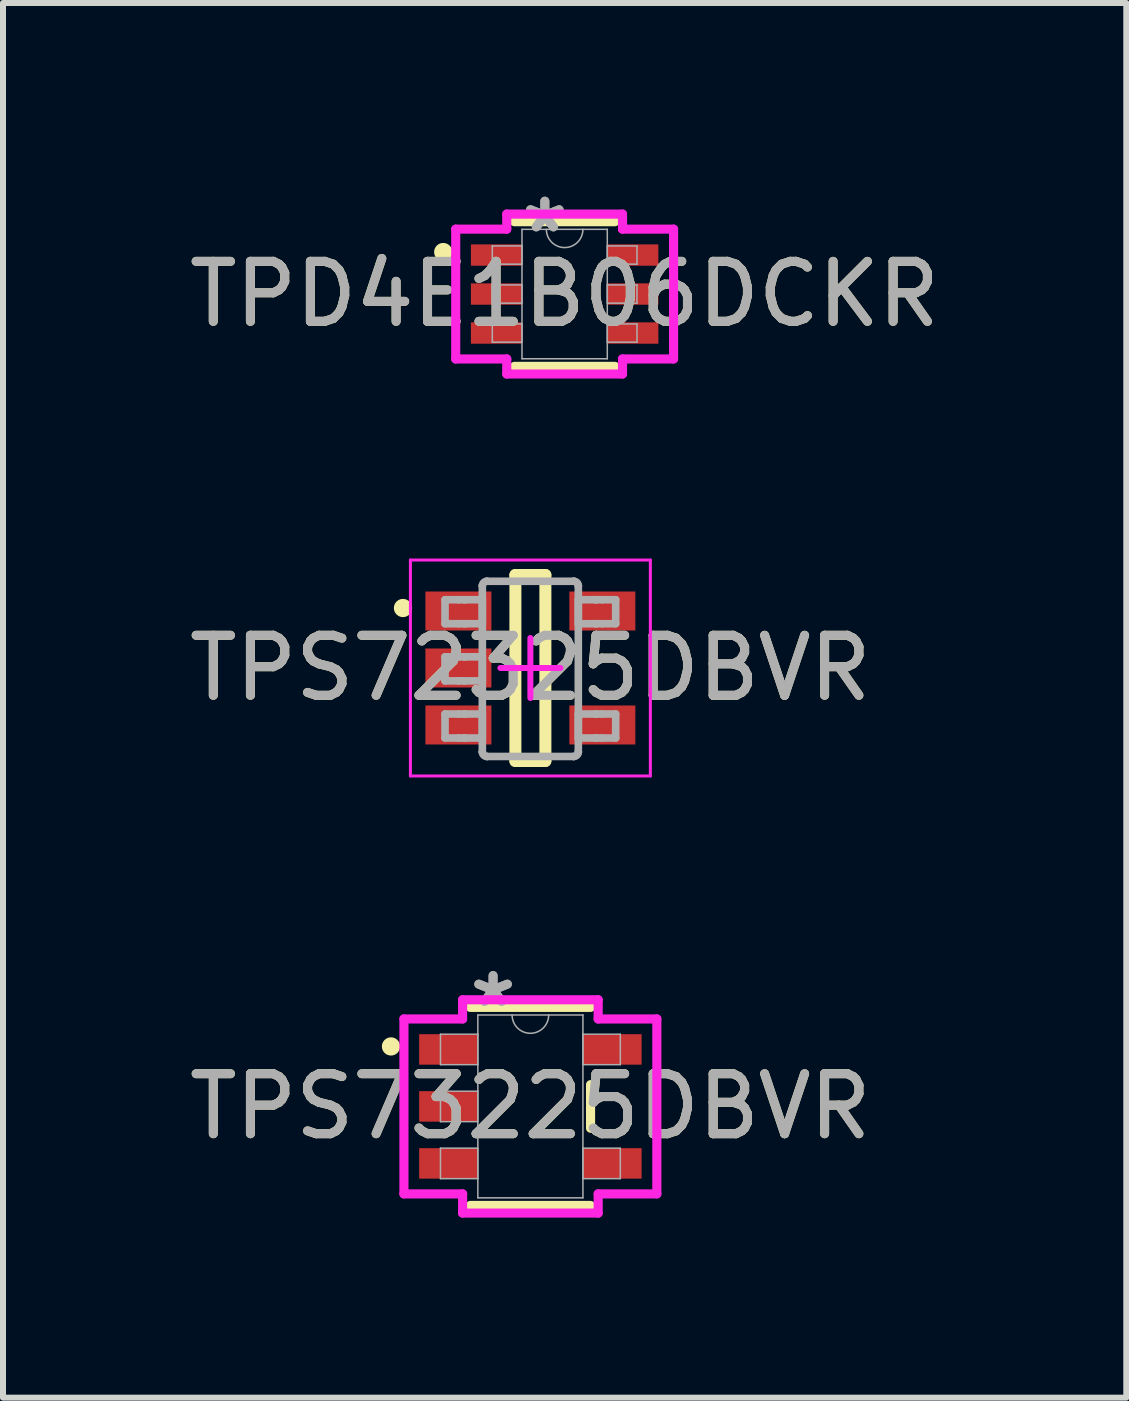
<source format=kicad_pcb>
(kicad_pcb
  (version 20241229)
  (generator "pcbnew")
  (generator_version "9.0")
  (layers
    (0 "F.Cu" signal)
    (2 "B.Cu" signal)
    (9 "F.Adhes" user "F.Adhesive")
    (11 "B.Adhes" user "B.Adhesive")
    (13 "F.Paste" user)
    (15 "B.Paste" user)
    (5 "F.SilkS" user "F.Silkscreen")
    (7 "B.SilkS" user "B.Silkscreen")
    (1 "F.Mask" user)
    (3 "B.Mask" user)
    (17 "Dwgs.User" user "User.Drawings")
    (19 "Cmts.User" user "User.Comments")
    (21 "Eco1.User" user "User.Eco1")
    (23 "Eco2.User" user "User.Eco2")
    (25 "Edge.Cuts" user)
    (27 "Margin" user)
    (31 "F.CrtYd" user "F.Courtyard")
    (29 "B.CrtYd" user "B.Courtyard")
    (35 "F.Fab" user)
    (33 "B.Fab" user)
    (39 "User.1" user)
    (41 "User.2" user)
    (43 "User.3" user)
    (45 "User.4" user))
  (footprint "TPS73225DBVR"
    (layer "F.Cu")
    (at 5.792 15.395)
    (property "Reference" "TPS73225DBVR" (at 0 0 0) (unlocked yes) (layer "F.SilkS") (effects (font (size 1 1) (thickness 0.15))))
    (attr smd)
    (fp_line (start -1.003 1.651) (end 1.003 1.651) (stroke (width 0.152) (type solid)) (layer "F.SilkS"))
    (fp_line (start 1.003 -1.651) (end -1.003 -1.651) (stroke (width 0.152) (type solid)) (layer "F.SilkS"))
    (fp_line (start 1.003 0.363) (end 1.003 -0.363) (stroke (width 0.152) (type solid)) (layer "F.SilkS"))
    (fp_circle (center -2.324 -1) (end -2.248 -1) (stroke (width 0.152) (type solid)) (fill no) (layer "F.SilkS"))
    (fp_line (start -2.108 -1.458) (end -1.13 -1.458) (stroke (width 0.152) (type solid)) (layer "F.CrtYd"))
    (fp_line (start -2.108 1.458) (end -2.108 -1.458) (stroke (width 0.152) (type solid)) (layer "F.CrtYd"))
    (fp_line (start -1.13 -1.778) (end 1.13 -1.778) (stroke (width 0.152) (type solid)) (layer "F.CrtYd"))
    (fp_line (start -1.13 -1.458) (end -1.13 -1.778) (stroke (width 0.152) (type solid)) (layer "F.CrtYd"))
    (fp_line (start -1.13 1.458) (end -2.108 1.458) (stroke (width 0.152) (type solid)) (layer "F.CrtYd"))
    (fp_line (start -1.13 1.778) (end -1.13 1.458) (stroke (width 0.152) (type solid)) (layer "F.CrtYd"))
    (fp_line (start 1.13 -1.778) (end 1.13 -1.458) (stroke (width 0.152) (type solid)) (layer "F.CrtYd"))
    (fp_line (start 1.13 -1.458) (end 2.108 -1.458) (stroke (width 0.152) (type solid)) (layer "F.CrtYd"))
    (fp_line (start 1.13 1.458) (end 1.13 1.778) (stroke (width 0.152) (type solid)) (layer "F.CrtYd"))
    (fp_line (start 1.13 1.778) (end -1.13 1.778) (stroke (width 0.152) (type solid)) (layer "F.CrtYd"))
    (fp_line (start 2.108 -1.458) (end 2.108 1.458) (stroke (width 0.152) (type solid)) (layer "F.CrtYd"))
    (fp_line (start 2.108 1.458) (end 1.13 1.458) (stroke (width 0.152) (type solid)) (layer "F.CrtYd"))
    (fp_line (start -1.499 -1.204) (end -1.499 -0.696) (stroke (width 0.025) (type solid)) (layer "F.Fab"))
    (fp_line (start -1.499 -0.696) (end -0.876 -0.696) (stroke (width 0.025) (type solid)) (layer "F.Fab"))
    (fp_line (start -1.499 -0.254) (end -1.499 0.254) (stroke (width 0.025) (type solid)) (layer "F.Fab"))
    (fp_line (start -1.499 0.254) (end -0.876 0.254) (stroke (width 0.025) (type solid)) (layer "F.Fab"))
    (fp_line (start -1.499 0.696) (end -1.499 1.204) (stroke (width 0.025) (type solid)) (layer "F.Fab"))
    (fp_line (start -1.499 1.204) (end -0.876 1.204) (stroke (width 0.025) (type solid)) (layer "F.Fab"))
    (fp_line (start -0.876 -1.524) (end -0.876 1.524) (stroke (width 0.025) (type solid)) (layer "F.Fab"))
    (fp_line (start -0.876 -1.204) (end -1.499 -1.204) (stroke (width 0.025) (type solid)) (layer "F.Fab"))
    (fp_line (start -0.876 -0.696) (end -0.876 -1.204) (stroke (width 0.025) (type solid)) (layer "F.Fab"))
    (fp_line (start -0.876 -0.254) (end -1.499 -0.254) (stroke (width 0.025) (type solid)) (layer "F.Fab"))
    (fp_line (start -0.876 0.254) (end -0.876 -0.254) (stroke (width 0.025) (type solid)) (layer "F.Fab"))
    (fp_line (start -0.876 0.696) (end -1.499 0.696) (stroke (width 0.025) (type solid)) (layer "F.Fab"))
    (fp_line (start -0.876 1.204) (end -0.876 0.696) (stroke (width 0.025) (type solid)) (layer "F.Fab"))
    (fp_line (start -0.876 1.524) (end 0.876 1.524) (stroke (width 0.025) (type solid)) (layer "F.Fab"))
    (fp_line (start 0.876 -1.524) (end -0.876 -1.524) (stroke (width 0.025) (type solid)) (layer "F.Fab"))
    (fp_line (start 0.876 -1.204) (end 0.876 -0.696) (stroke (width 0.025) (type solid)) (layer "F.Fab"))
    (fp_line (start 0.876 -0.696) (end 1.499 -0.696) (stroke (width 0.025) (type solid)) (layer "F.Fab"))
    (fp_line (start 0.876 0.696) (end 0.876 1.204) (stroke (width 0.025) (type solid)) (layer "F.Fab"))
    (fp_line (start 0.876 1.204) (end 1.499 1.204) (stroke (width 0.025) (type solid)) (layer "F.Fab"))
    (fp_line (start 0.876 1.524) (end 0.876 -1.524) (stroke (width 0.025) (type solid)) (layer "F.Fab"))
    (fp_line (start 1.499 -1.204) (end 0.876 -1.204) (stroke (width 0.025) (type solid)) (layer "F.Fab"))
    (fp_line (start 1.499 -0.696) (end 1.499 -1.204) (stroke (width 0.025) (type solid)) (layer "F.Fab"))
    (fp_line (start 1.499 0.696) (end 0.876 0.696) (stroke (width 0.025) (type solid)) (layer "F.Fab"))
    (fp_line (start 1.499 1.204) (end 1.499 0.696) (stroke (width 0.025) (type solid)) (layer "F.Fab"))
    (fp_arc (start 0.3048 -1.524) (mid 0 -1.2192) (end -0.3048 -1.524) (stroke (width 0.0254) (type solid)) (layer "F.Fab"))
    (fp_text user "*" (at -0.622 -1.636 0) (layer "F.Fab") (effects (font (size 1 1) (thickness 0.15))))
    (fp_text user "*" (at -0.622 -1.636 0) (unlocked yes) (layer "F.Fab") (effects (font (size 1 1) (thickness 0.15))))
    (fp_text user "${REFERENCE}" (at 0 0 0) (unlocked yes) (layer "F.Fab") (effects (font (size 1 1) (thickness 0.15))))
    (pad "1" smd rect (at -1.365 -0.95) (size 0.978 0.508) (layers "F.Cu" "F.Mask" "F.Paste"))
    (pad "2" smd rect (at -1.365 0) (size 0.978 0.508) (layers "F.Cu" "F.Mask" "F.Paste"))
    (pad "3" smd rect (at -1.365 0.95) (size 0.978 0.508) (layers "F.Cu" "F.Mask" "F.Paste"))
    (pad "4" smd rect (at 1.365 0.95) (size 0.978 0.508) (layers "F.Cu" "F.Mask" "F.Paste"))
    (pad "5" smd rect (at 1.365 -0.95) (size 0.978 0.508) (layers "F.Cu" "F.Mask" "F.Paste")))
  (footprint "TPS72325DBVR"
    (layer "F.Cu")
    (at 5.792 8.086)
    (property "Reference" "TPS72325DBVR" (at 0 0 0) (unlocked yes) (layer "F.SilkS") (effects (font (size 1 1) (thickness 0.15))))
    (attr smd)
    (fp_line (start -0.25 -1.55) (end 0.25 -1.55) (stroke (width 0.2) (type solid)) (layer "F.SilkS"))
    (fp_line (start -0.25 1.55) (end -0.25 -1.55) (stroke (width 0.2) (type solid)) (layer "F.SilkS"))
    (fp_line (start -0.25 1.55) (end 0.25 1.55) (stroke (width 0.2) (type solid)) (layer "F.SilkS"))
    (fp_line (start 0.25 1.55) (end 0.25 -1.55) (stroke (width 0.2) (type solid)) (layer "F.SilkS"))
    (fp_circle (center -2.124 -1) (end -2.048 -1) (stroke (width 0.152) (type solid)) (fill no) (layer "F.SilkS"))
    (fp_line (start -2 -1.8) (end 2 -1.8) (stroke (width 0.05) (type solid)) (layer "F.CrtYd"))
    (fp_line (start -2 1.8) (end -2 -1.8) (stroke (width 0.05) (type solid)) (layer "F.CrtYd"))
    (fp_line (start -2 1.8) (end 2 1.8) (stroke (width 0.05) (type solid)) (layer "F.CrtYd"))
    (fp_line (start -0.5 0) (end 0.5 0) (stroke (width 0.1) (type solid)) (layer "F.CrtYd"))
    (fp_line (start 0 0.5) (end 0 -0.5) (stroke (width 0.1) (type solid)) (layer "F.CrtYd"))
    (fp_line (start 2 1.8) (end 2 -1.8) (stroke (width 0.05) (type solid)) (layer "F.CrtYd"))
    (fp_line (start -1.423 -1.138) (end -1.199 -1.138) (stroke (width 0.127) (type solid)) (layer "F.Fab"))
    (fp_line (start -1.423 -0.738) (end -1.423 -1.138) (stroke (width 0.127) (type solid)) (layer "F.Fab"))
    (fp_line (start -1.423 -0.738) (end -1.199 -0.738) (stroke (width 0.127) (type solid)) (layer "F.Fab"))
    (fp_line (start -1.423 -0.186) (end -1.199 -0.186) (stroke (width 0.127) (type solid)) (layer "F.Fab"))
    (fp_line (start -1.423 0.215) (end -1.423 -0.186) (stroke (width 0.127) (type solid)) (layer "F.Fab"))
    (fp_line (start -1.423 0.215) (end -1.199 0.215) (stroke (width 0.127) (type solid)) (layer "F.Fab"))
    (fp_line (start -1.423 0.767) (end -1.199 0.767) (stroke (width 0.127) (type solid)) (layer "F.Fab"))
    (fp_line (start -1.423 1.167) (end -1.423 0.767) (stroke (width 0.127) (type solid)) (layer "F.Fab"))
    (fp_line (start -1.423 1.167) (end -1.199 1.167) (stroke (width 0.127) (type solid)) (layer "F.Fab"))
    (fp_line (start -1.199 -1.138) (end -1.105 -1.138) (stroke (width 0.127) (type solid)) (layer "F.Fab"))
    (fp_line (start -1.199 -0.738) (end -1.105 -0.738) (stroke (width 0.127) (type solid)) (layer "F.Fab"))
    (fp_line (start -1.199 -0.186) (end -1.105 -0.186) (stroke (width 0.127) (type solid)) (layer "F.Fab"))
    (fp_line (start -1.199 0.215) (end -1.105 0.215) (stroke (width 0.127) (type solid)) (layer "F.Fab"))
    (fp_line (start -1.199 0.767) (end -1.105 0.767) (stroke (width 0.127) (type solid)) (layer "F.Fab"))
    (fp_line (start -1.199 1.167) (end -1.105 1.167) (stroke (width 0.127) (type solid)) (layer "F.Fab"))
    (fp_line (start -1.105 -1.138) (end -1.088 -1.138) (stroke (width 0.127) (type solid)) (layer "F.Fab"))
    (fp_line (start -1.105 -0.738) (end -1.088 -0.738) (stroke (width 0.127) (type solid)) (layer "F.Fab"))
    (fp_line (start -1.105 -0.186) (end -1.088 -0.186) (stroke (width 0.127) (type solid)) (layer "F.Fab"))
    (fp_line (start -1.105 0.215) (end -1.088 0.215) (stroke (width 0.127) (type solid)) (layer "F.Fab"))
    (fp_line (start -1.105 0.767) (end -1.088 0.767) (stroke (width 0.127) (type solid)) (layer "F.Fab"))
    (fp_line (start -1.105 1.167) (end -1.088 1.167) (stroke (width 0.127) (type solid)) (layer "F.Fab"))
    (fp_line (start -1.088 -1.138) (end -0.835 -1.138) (stroke (width 0.127) (type solid)) (layer "F.Fab"))
    (fp_line (start -1.088 -0.738) (end -0.835 -0.738) (stroke (width 0.127) (type solid)) (layer "F.Fab"))
    (fp_line (start -1.088 -0.186) (end -0.835 -0.186) (stroke (width 0.127) (type solid)) (layer "F.Fab"))
    (fp_line (start -1.088 0.215) (end -0.835 0.215) (stroke (width 0.127) (type solid)) (layer "F.Fab"))
    (fp_line (start -1.088 0.767) (end -0.835 0.767) (stroke (width 0.127) (type solid)) (layer "F.Fab"))
    (fp_line (start -1.088 1.167) (end -0.835 1.167) (stroke (width 0.127) (type solid)) (layer "F.Fab"))
    (fp_line (start -0.835 -1.138) (end -0.801 -1.138) (stroke (width 0.127) (type solid)) (layer "F.Fab"))
    (fp_line (start -0.835 -0.738) (end -0.801 -0.738) (stroke (width 0.127) (type solid)) (layer "F.Fab"))
    (fp_line (start -0.835 -0.186) (end -0.801 -0.186) (stroke (width 0.127) (type solid)) (layer "F.Fab"))
    (fp_line (start -0.835 0.215) (end -0.801 0.215) (stroke (width 0.127) (type solid)) (layer "F.Fab"))
    (fp_line (start -0.835 0.767) (end -0.801 0.767) (stroke (width 0.127) (type solid)) (layer "F.Fab"))
    (fp_line (start -0.835 1.167) (end -0.801 1.167) (stroke (width 0.127) (type solid)) (layer "F.Fab"))
    (fp_line (start -0.801 -1.37) (end -0.801 -1.371) (stroke (width 0.127) (type solid)) (layer "F.Fab"))
    (fp_line (start -0.801 -0.738) (end -0.801 -1.138) (stroke (width 0.127) (type solid)) (layer "F.Fab"))
    (fp_line (start -0.801 0.215) (end -0.801 -0.186) (stroke (width 0.127) (type solid)) (layer "F.Fab"))
    (fp_line (start -0.801 1.167) (end -0.801 0.767) (stroke (width 0.127) (type solid)) (layer "F.Fab"))
    (fp_line (start -0.801 1.399) (end -0.801 -1.37) (stroke (width 0.127) (type solid)) (layer "F.Fab"))
    (fp_line (start -0.801 1.4) (end -0.801 1.399) (stroke (width 0.127) (type solid)) (layer "F.Fab"))
    (fp_line (start -0.725 -1.446) (end -0.725 -1.446) (stroke (width 0.127) (type solid)) (layer "F.Fab"))
    (fp_line (start -0.725 1.475) (end -0.725 1.475) (stroke (width 0.127) (type solid)) (layer "F.Fab"))
    (fp_line (start -0.725 -1.446) (end 0.723 -1.446) (stroke (width 0.127) (type solid)) (layer "F.Fab"))
    (fp_line (start -0.725 1.475) (end 0.723 1.475) (stroke (width 0.127) (type solid)) (layer "F.Fab"))
    (fp_line (start 0.723 -1.446) (end 0.724 -1.446) (stroke (width 0.127) (type solid)) (layer "F.Fab"))
    (fp_line (start 0.723 1.475) (end 0.724 1.475) (stroke (width 0.127) (type solid)) (layer "F.Fab"))
    (fp_line (start 0.799 -1.37) (end 0.799 -1.371) (stroke (width 0.127) (type solid)) (layer "F.Fab"))
    (fp_line (start 0.799 -1.138) (end 0.834 -1.138) (stroke (width 0.127) (type solid)) (layer "F.Fab"))
    (fp_line (start 0.799 -0.738) (end 0.799 -1.138) (stroke (width 0.127) (type solid)) (layer "F.Fab"))
    (fp_line (start 0.799 -0.738) (end 0.834 -0.738) (stroke (width 0.127) (type solid)) (layer "F.Fab"))
    (fp_line (start 0.799 0.767) (end 0.834 0.767) (stroke (width 0.127) (type solid)) (layer "F.Fab"))
    (fp_line (start 0.799 1.167) (end 0.799 0.767) (stroke (width 0.127) (type solid)) (layer "F.Fab"))
    (fp_line (start 0.799 1.167) (end 0.834 1.167) (stroke (width 0.127) (type solid)) (layer "F.Fab"))
    (fp_line (start 0.799 1.399) (end 0.799 -1.37) (stroke (width 0.127) (type solid)) (layer "F.Fab"))
    (fp_line (start 0.799 1.4) (end 0.799 1.399) (stroke (width 0.127) (type solid)) (layer "F.Fab"))
    (fp_line (start 0.834 -1.138) (end 1.087 -1.138) (stroke (width 0.127) (type solid)) (layer "F.Fab"))
    (fp_line (start 0.834 -0.738) (end 1.087 -0.738) (stroke (width 0.127) (type solid)) (layer "F.Fab"))
    (fp_line (start 0.834 0.767) (end 1.087 0.767) (stroke (width 0.127) (type solid)) (layer "F.Fab"))
    (fp_line (start 0.834 1.167) (end 1.087 1.167) (stroke (width 0.127) (type solid)) (layer "F.Fab"))
    (fp_line (start 1.087 -1.138) (end 1.103 -1.138) (stroke (width 0.127) (type solid)) (layer "F.Fab"))
    (fp_line (start 1.087 -0.738) (end 1.103 -0.738) (stroke (width 0.127) (type solid)) (layer "F.Fab"))
    (fp_line (start 1.087 0.767) (end 1.103 0.767) (stroke (width 0.127) (type solid)) (layer "F.Fab"))
    (fp_line (start 1.087 1.167) (end 1.103 1.167) (stroke (width 0.127) (type solid)) (layer "F.Fab"))
    (fp_line (start 1.103 -1.138) (end 1.198 -1.138) (stroke (width 0.127) (type solid)) (layer "F.Fab"))
    (fp_line (start 1.103 -0.738) (end 1.198 -0.738) (stroke (width 0.127) (type solid)) (layer "F.Fab"))
    (fp_line (start 1.103 0.767) (end 1.198 0.767) (stroke (width 0.127) (type solid)) (layer "F.Fab"))
    (fp_line (start 1.103 1.167) (end 1.198 1.167) (stroke (width 0.127) (type solid)) (layer "F.Fab"))
    (fp_line (start 1.198 -1.138) (end 1.422 -1.138) (stroke (width 0.127) (type solid)) (layer "F.Fab"))
    (fp_line (start 1.198 -0.738) (end 1.422 -0.738) (stroke (width 0.127) (type solid)) (layer "F.Fab"))
    (fp_line (start 1.198 0.767) (end 1.422 0.767) (stroke (width 0.127) (type solid)) (layer "F.Fab"))
    (fp_line (start 1.198 1.167) (end 1.422 1.167) (stroke (width 0.127) (type solid)) (layer "F.Fab"))
    (fp_line (start 1.422 -0.738) (end 1.422 -1.138) (stroke (width 0.127) (type solid)) (layer "F.Fab"))
    (fp_line (start 1.422 1.167) (end 1.422 0.767) (stroke (width 0.127) (type solid)) (layer "F.Fab"))
    (fp_arc (start -0.80074 -1.37084) (mid -0.778218 -1.423887) (end -0.724999 -1.445998) (stroke (width 0.127) (type solid)) (layer "F.Fab"))
    (fp_arc (start -0.724999 1.475) (mid -0.778213 1.452901) (end -0.80074 1.399867) (stroke (width 0.127) (type solid)) (layer "F.Fab"))
    (fp_arc (start 0.723714 -1.445998) (mid 0.776933 -1.423887) (end 0.799455 -1.37084) (stroke (width 0.127) (type solid)) (layer "F.Fab"))
    (fp_arc (start 0.799455 1.399868) (mid 0.776927 1.452901) (end 0.723713 1.475) (stroke (width 0.127) (type solid)) (layer "F.Fab"))
    (fp_text user "${REFERENCE}" (at 0 0 0) (unlocked yes) (layer "F.Fab") (effects (font (size 1 1) (thickness 0.15))))
    (pad "1" smd rect (at -1.2 -0.95 90) (size 0.65 1.1) (layers "F.Cu" "F.Mask" "F.Paste"))
    (pad "2" smd rect (at -1.2 0 90) (size 0.65 1.1) (layers "F.Cu" "F.Mask" "F.Paste"))
    (pad "3" smd rect (at -1.2 0.95 90) (size 0.65 1.1) (layers "F.Cu" "F.Mask" "F.Paste"))
    (pad "4" smd rect (at 1.2 0.95 90) (size 0.65 1.1) (layers "F.Cu" "F.Mask" "F.Paste"))
    (pad "5" smd rect (at 1.2 -0.95 90) (size 0.65 1.1) (layers "F.Cu" "F.Mask" "F.Paste")))
  (footprint "TPD4E1B06DCKR"
    (layer "F.Cu")
    (at 6.363 1.852)
    (property "Reference" "TPD4E1B06DCKR" (at 0 0 0) (unlocked yes) (layer "F.SilkS") (effects (font (size 1 1) (thickness 0.15))))
    (attr smd)
    (fp_line (start -0.838 1.206) (end 0.838 1.206) (stroke (width 0.152) (type solid)) (layer "F.SilkS"))
    (fp_line (start 0.838 -1.206) (end -0.838 -1.206) (stroke (width 0.152) (type solid)) (layer "F.SilkS"))
    (fp_circle (center -2.024 -0.7) (end -1.948 -0.7) (stroke (width 0.152) (type solid)) (fill no) (layer "F.SilkS"))
    (fp_line (start -1.816 -1.082) (end -0.965 -1.082) (stroke (width 0.152) (type solid)) (layer "F.CrtYd"))
    (fp_line (start -1.816 1.082) (end -1.816 -1.082) (stroke (width 0.152) (type solid)) (layer "F.CrtYd"))
    (fp_line (start -1.816 1.082) (end -0.965 1.082) (stroke (width 0.152) (type solid)) (layer "F.CrtYd"))
    (fp_line (start -0.965 -1.333) (end 0.965 -1.333) (stroke (width 0.152) (type solid)) (layer "F.CrtYd"))
    (fp_line (start -0.965 -1.082) (end -0.965 -1.333) (stroke (width 0.152) (type solid)) (layer "F.CrtYd"))
    (fp_line (start -0.965 1.333) (end -0.965 1.082) (stroke (width 0.152) (type solid)) (layer "F.CrtYd"))
    (fp_line (start 0.965 -1.333) (end 0.965 -1.082) (stroke (width 0.152) (type solid)) (layer "F.CrtYd"))
    (fp_line (start 0.965 1.082) (end 0.965 1.333) (stroke (width 0.152) (type solid)) (layer "F.CrtYd"))
    (fp_line (start 0.965 1.333) (end -0.965 1.333) (stroke (width 0.152) (type solid)) (layer "F.CrtYd"))
    (fp_line (start 1.816 -1.082) (end 0.965 -1.082) (stroke (width 0.152) (type solid)) (layer "F.CrtYd"))
    (fp_line (start 1.816 -1.082) (end 1.816 1.082) (stroke (width 0.152) (type solid)) (layer "F.CrtYd"))
    (fp_line (start 1.816 1.082) (end 0.965 1.082) (stroke (width 0.152) (type solid)) (layer "F.CrtYd"))
    (fp_line (start -1.206 -0.802) (end -1.206 -0.498) (stroke (width 0.025) (type solid)) (layer "F.Fab"))
    (fp_line (start -1.206 -0.498) (end -0.711 -0.498) (stroke (width 0.025) (type solid)) (layer "F.Fab"))
    (fp_line (start -1.206 -0.152) (end -1.206 0.152) (stroke (width 0.025) (type solid)) (layer "F.Fab"))
    (fp_line (start -1.206 0.152) (end -0.711 0.152) (stroke (width 0.025) (type solid)) (layer "F.Fab"))
    (fp_line (start -1.206 0.498) (end -1.206 0.802) (stroke (width 0.025) (type solid)) (layer "F.Fab"))
    (fp_line (start -1.206 0.802) (end -0.711 0.802) (stroke (width 0.025) (type solid)) (layer "F.Fab"))
    (fp_line (start -0.711 -1.079) (end -0.711 1.079) (stroke (width 0.025) (type solid)) (layer "F.Fab"))
    (fp_line (start -0.711 -0.802) (end -1.206 -0.802) (stroke (width 0.025) (type solid)) (layer "F.Fab"))
    (fp_line (start -0.711 -0.498) (end -0.711 -0.802) (stroke (width 0.025) (type solid)) (layer "F.Fab"))
    (fp_line (start -0.711 -0.152) (end -1.206 -0.152) (stroke (width 0.025) (type solid)) (layer "F.Fab"))
    (fp_line (start -0.711 0.152) (end -0.711 -0.152) (stroke (width 0.025) (type solid)) (layer "F.Fab"))
    (fp_line (start -0.711 0.498) (end -1.206 0.498) (stroke (width 0.025) (type solid)) (layer "F.Fab"))
    (fp_line (start -0.711 0.802) (end -0.711 0.498) (stroke (width 0.025) (type solid)) (layer "F.Fab"))
    (fp_line (start -0.711 1.079) (end 0.711 1.079) (stroke (width 0.025) (type solid)) (layer "F.Fab"))
    (fp_line (start 0.711 -1.079) (end -0.711 -1.079) (stroke (width 0.025) (type solid)) (layer "F.Fab"))
    (fp_line (start 0.711 -0.802) (end 0.711 -0.498) (stroke (width 0.025) (type solid)) (layer "F.Fab"))
    (fp_line (start 0.711 -0.498) (end 1.206 -0.498) (stroke (width 0.025) (type solid)) (layer "F.Fab"))
    (fp_line (start 0.711 -0.152) (end 0.711 0.152) (stroke (width 0.025) (type solid)) (layer "F.Fab"))
    (fp_line (start 0.711 0.152) (end 1.206 0.152) (stroke (width 0.025) (type solid)) (layer "F.Fab"))
    (fp_line (start 0.711 0.498) (end 0.711 0.802) (stroke (width 0.025) (type solid)) (layer "F.Fab"))
    (fp_line (start 0.711 0.802) (end 1.206 0.802) (stroke (width 0.025) (type solid)) (layer "F.Fab"))
    (fp_line (start 0.711 1.079) (end 0.711 -1.079) (stroke (width 0.025) (type solid)) (layer "F.Fab"))
    (fp_line (start 1.206 -0.802) (end 0.711 -0.802) (stroke (width 0.025) (type solid)) (layer "F.Fab"))
    (fp_line (start 1.206 -0.498) (end 1.206 -0.802) (stroke (width 0.025) (type solid)) (layer "F.Fab"))
    (fp_line (start 1.206 -0.152) (end 0.711 -0.152) (stroke (width 0.025) (type solid)) (layer "F.Fab"))
    (fp_line (start 1.206 0.152) (end 1.206 -0.152) (stroke (width 0.025) (type solid)) (layer "F.Fab"))
    (fp_line (start 1.206 0.498) (end 0.711 0.498) (stroke (width 0.025) (type solid)) (layer "F.Fab"))
    (fp_line (start 1.206 0.802) (end 1.206 0.498) (stroke (width 0.025) (type solid)) (layer "F.Fab"))
    (fp_arc (start 0.3048 -1.0795) (mid 0 -0.7747) (end -0.3048 -1.0795) (stroke (width 0.0254) (type solid)) (layer "F.Fab"))
    (fp_text user "*" (at -0.33 -1.003 0) (unlocked yes) (layer "F.Fab") (effects (font (size 1 1) (thickness 0.15))))
    (fp_text user "${REFERENCE}" (at 0 0 0) (unlocked yes) (layer "F.Fab") (effects (font (size 1 1) (thickness 0.15))))
    (fp_text user "*" (at -0.33 -1.003 0) (layer "F.Fab") (effects (font (size 1 1) (thickness 0.15))))
    (pad "1" smd rect (at -1.137 -0.65) (size 0.851 0.356) (layers "F.Cu" "F.Mask" "F.Paste"))
    (pad "2" smd rect (at -1.137 0) (size 0.851 0.356) (layers "F.Cu" "F.Mask" "F.Paste"))
    (pad "3" smd rect (at -1.137 0.65) (size 0.851 0.356) (layers "F.Cu" "F.Mask" "F.Paste"))
    (pad "4" smd rect (at 1.137 0.65) (size 0.851 0.356) (layers "F.Cu" "F.Mask" "F.Paste"))
    (pad "5" smd rect (at 1.137 0) (size 0.851 0.356) (layers "F.Cu" "F.Mask" "F.Paste"))
    (pad "6" smd rect (at 1.137 -0.65) (size 0.851 0.356) (layers "F.Cu" "F.Mask" "F.Paste")))
  (gr_rect
    (start -3 -3)
    (end 15.726 20.25)
    (stroke (width 0.1) (type default))
    (fill no)
    (layer "Edge.Cuts")))
</source>
